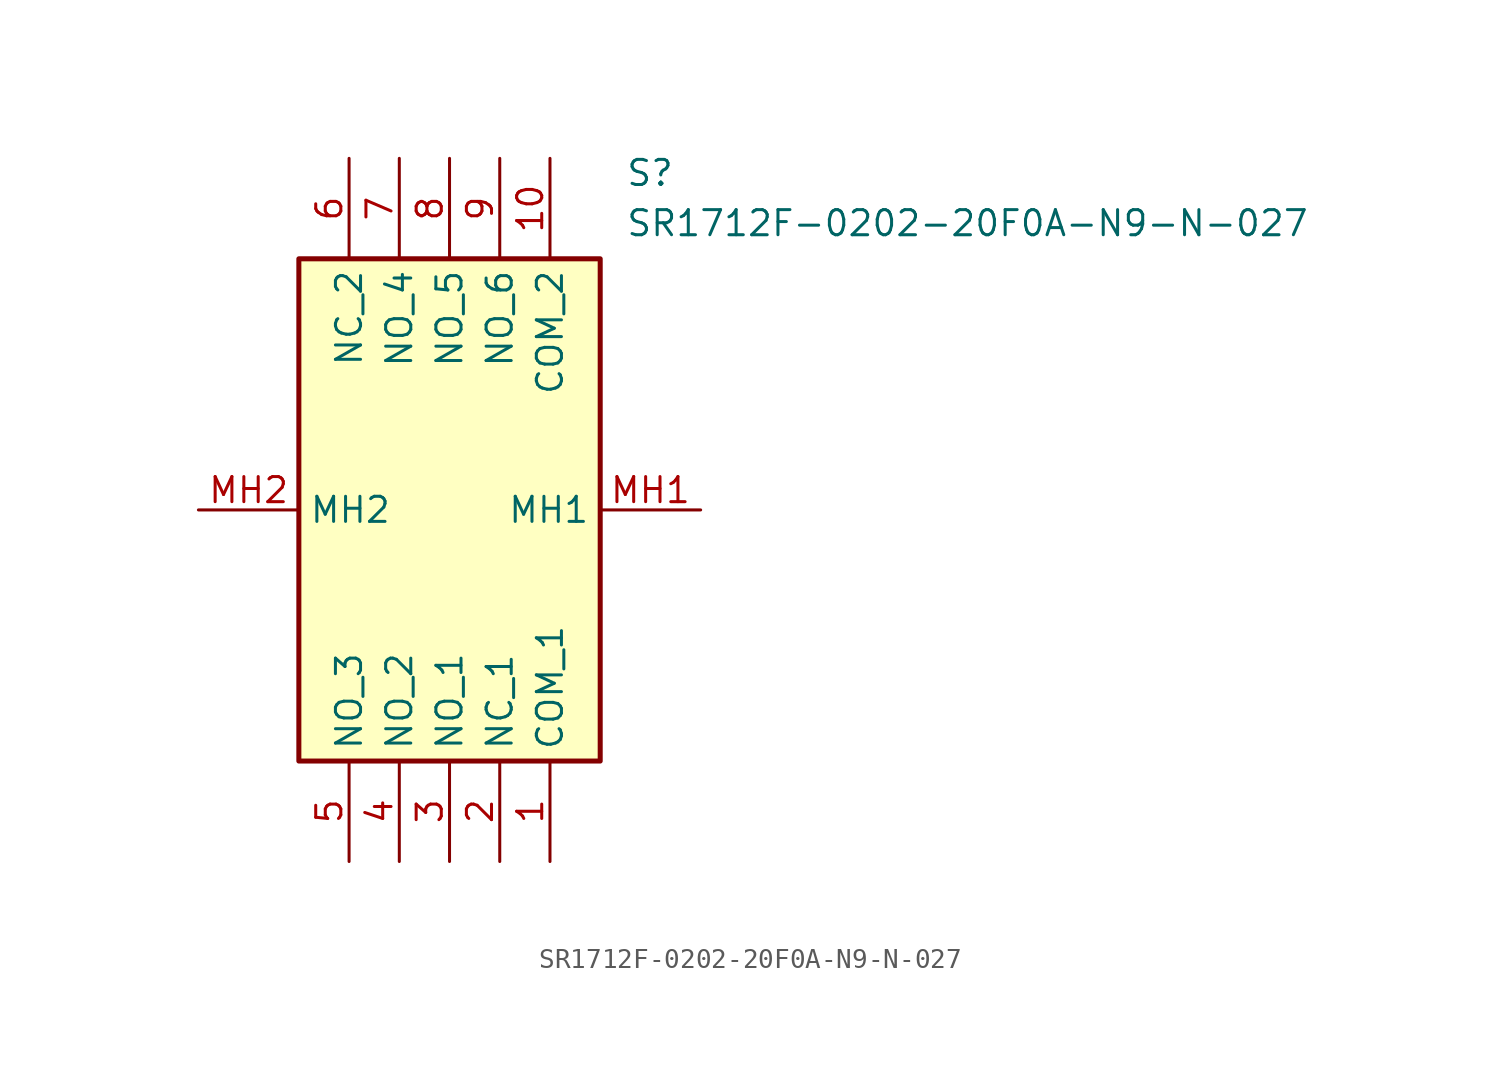
<source format=kicad_sym>
(kicad_symbol_lib
  (version 20211014)
  (generator SamacSys_ECAD_Model)
  (symbol "SR1712F-0202-20F0A-N9-N-027"
    (property "Reference" "S"
      (at 21.59 17.78 0)
      (effects (font (size 1.27 1.27)) (justify left top)))
    (property "Value" "SR1712F-0202-20F0A-N9-N-027"
      (at 21.59 15.24 0)
      (effects (font (size 1.27 1.27)) (justify left top)))
    (rectangle
      (start 5.08 12.7)
      (end 20.32 -12.7)
      (stroke (width 0.254) (type default))
      (fill (type background)))
    (pin passive line
      (at 17.78 -17.78 90)
      (length 5.08)
      (name "COM_1" (effects (font (size 1.27 1.27))))
      (number "1" (effects (font (size 1.27 1.27)))))
    (pin passive line
      (at 15.24 -17.78 90)
      (length 5.08)
      (name "NC_1" (effects (font (size 1.27 1.27))))
      (number "2" (effects (font (size 1.27 1.27)))))
    (pin passive line
      (at 12.7 -17.78 90)
      (length 5.08)
      (name "NO_1" (effects (font (size 1.27 1.27))))
      (number "3" (effects (font (size 1.27 1.27)))))
    (pin passive line
      (at 10.16 -17.78 90)
      (length 5.08)
      (name "NO_2" (effects (font (size 1.27 1.27))))
      (number "4" (effects (font (size 1.27 1.27)))))
    (pin passive line
      (at 7.62 -17.78 90)
      (length 5.08)
      (name "NO_3" (effects (font (size 1.27 1.27))))
      (number "5" (effects (font (size 1.27 1.27)))))
    (pin passive line
      (at 7.62 17.78 270)
      (length 5.08)
      (name "NC_2" (effects (font (size 1.27 1.27))))
      (number "6" (effects (font (size 1.27 1.27)))))
    (pin passive line
      (at 10.16 17.78 270)
      (length 5.08)
      (name "NO_4" (effects (font (size 1.27 1.27))))
      (number "7" (effects (font (size 1.27 1.27)))))
    (pin passive line
      (at 12.7 17.78 270)
      (length 5.08)
      (name "NO_5" (effects (font (size 1.27 1.27))))
      (number "8" (effects (font (size 1.27 1.27)))))
    (pin passive line
      (at 15.24 17.78 270)
      (length 5.08)
      (name "NO_6" (effects (font (size 1.27 1.27))))
      (number "9" (effects (font (size 1.27 1.27)))))
    (pin passive line
      (at 17.78 17.78 270)
      (length 5.08)
      (name "COM_2" (effects (font (size 1.27 1.27))))
      (number "10" (effects (font (size 1.27 1.27)))))
    (pin passive line
      (at 25.4 0 180)
      (length 5.08)
      (name "MH1" (effects (font (size 1.27 1.27))))
      (number "MH1" (effects (font (size 1.27 1.27)))))
    (pin passive line
      (at 0 0 0)
      (length 5.08)
      (name "MH2" (effects (font (size 1.27 1.27))))
      (number "MH2" (effects (font (size 1.27 1.27)))))))
</source>
